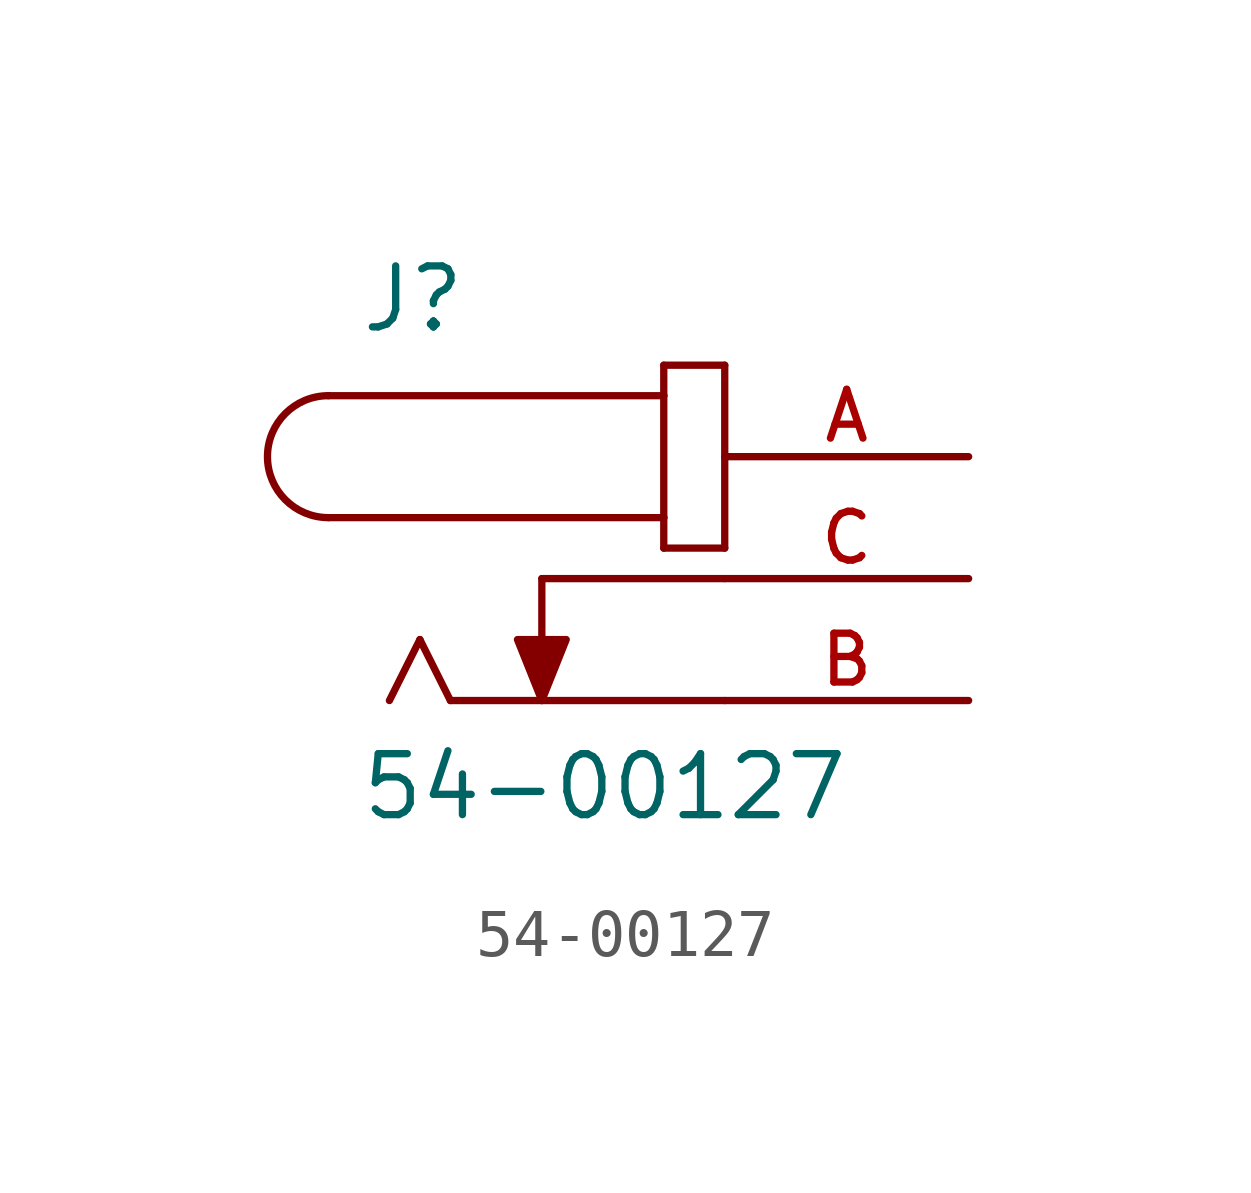
<source format=kicad_sym>
(kicad_symbol_lib
  (version 20211014)
  (generator kicad_symbol_editor)
  (symbol "54-00127"
    (pin_names
      (offset 1.016))
    (property "Reference" "J"
      (at -7.62 5.08 0)
      (effects (font (size 1.27 1.27)) (justify bottom left)))
    (property "Value" "54-00127"
      (at -7.62 -5.08 0)
      (effects (font (size 1.27 1.27)) (justify bottom left)))
    (symbol "54-00127_0_0"
      (arc (start -8.255 3.81) (mid -9.525 2.54) (end -8.255 1.27) (stroke (width 0.1524) (type default) (color 0 0 0 0)) (fill (type none)))
      (polyline (pts (xy -8.255 3.81) (xy -1.27 3.81)) (stroke (width 0.152)))
      (polyline (pts (xy -1.27 3.81) (xy -1.27 1.27)) (stroke (width 0.152)))
      (polyline (pts (xy -1.27 1.27) (xy -8.255 1.27)) (stroke (width 0.152)))
      (polyline (pts (xy -1.27 1.27) (xy -1.27 0.635)) (stroke (width 0.152)))
      (polyline (pts (xy -1.27 0.635) (xy 0.0 0.635)) (stroke (width 0.152)))
      (polyline (pts (xy 0.0 0.635) (xy 0.0 4.445)) (stroke (width 0.152)))
      (polyline (pts (xy 0.0 4.445) (xy -1.27 4.445)) (stroke (width 0.152)))
      (polyline (pts (xy -1.27 4.445) (xy -1.27 3.81)) (stroke (width 0.152)))
      (polyline (pts (xy -5.715 -2.54) (xy -6.35 -1.27)) (stroke (width 0.152)))
      (polyline (pts (xy -6.35 -1.27) (xy -6.985 -2.54)) (stroke (width 0.152)))
      (polyline (pts (xy -3.81 0.0) (xy -3.81 -2.54)) (stroke (width 0.152)))
      (polyline (pts (xy -3.81 -2.54) (xy -4.318 -1.27) (xy -3.302 -1.27) (xy -3.81 -2.54)) (stroke (width 0.152)) (fill (type outline)))
      (polyline (pts (xy 0.0 0.0) (xy -3.81 0.0)) (stroke (width 0.152)))
      (polyline (pts (xy 0.0 -2.54) (xy -5.715 -2.54)) (stroke (width 0.152)))
      (pin passive line (at 5.08 2.54 180.0) (length 5.08) (name "~" (effects (font (size 1.016 1.016)))) (number "A" (effects (font (size 1.016 1.016)))))
      (pin passive line (at 5.08 0.0 180.0) (length 5.08) (name "~" (effects (font (size 1.016 1.016)))) (number "C" (effects (font (size 1.016 1.016)))))
      (pin passive line (at 5.08 -2.54 180.0) (length 5.08) (name "~" (effects (font (size 1.016 1.016)))) (number "B" (effects (font (size 1.016 1.016))))))))
</source>
